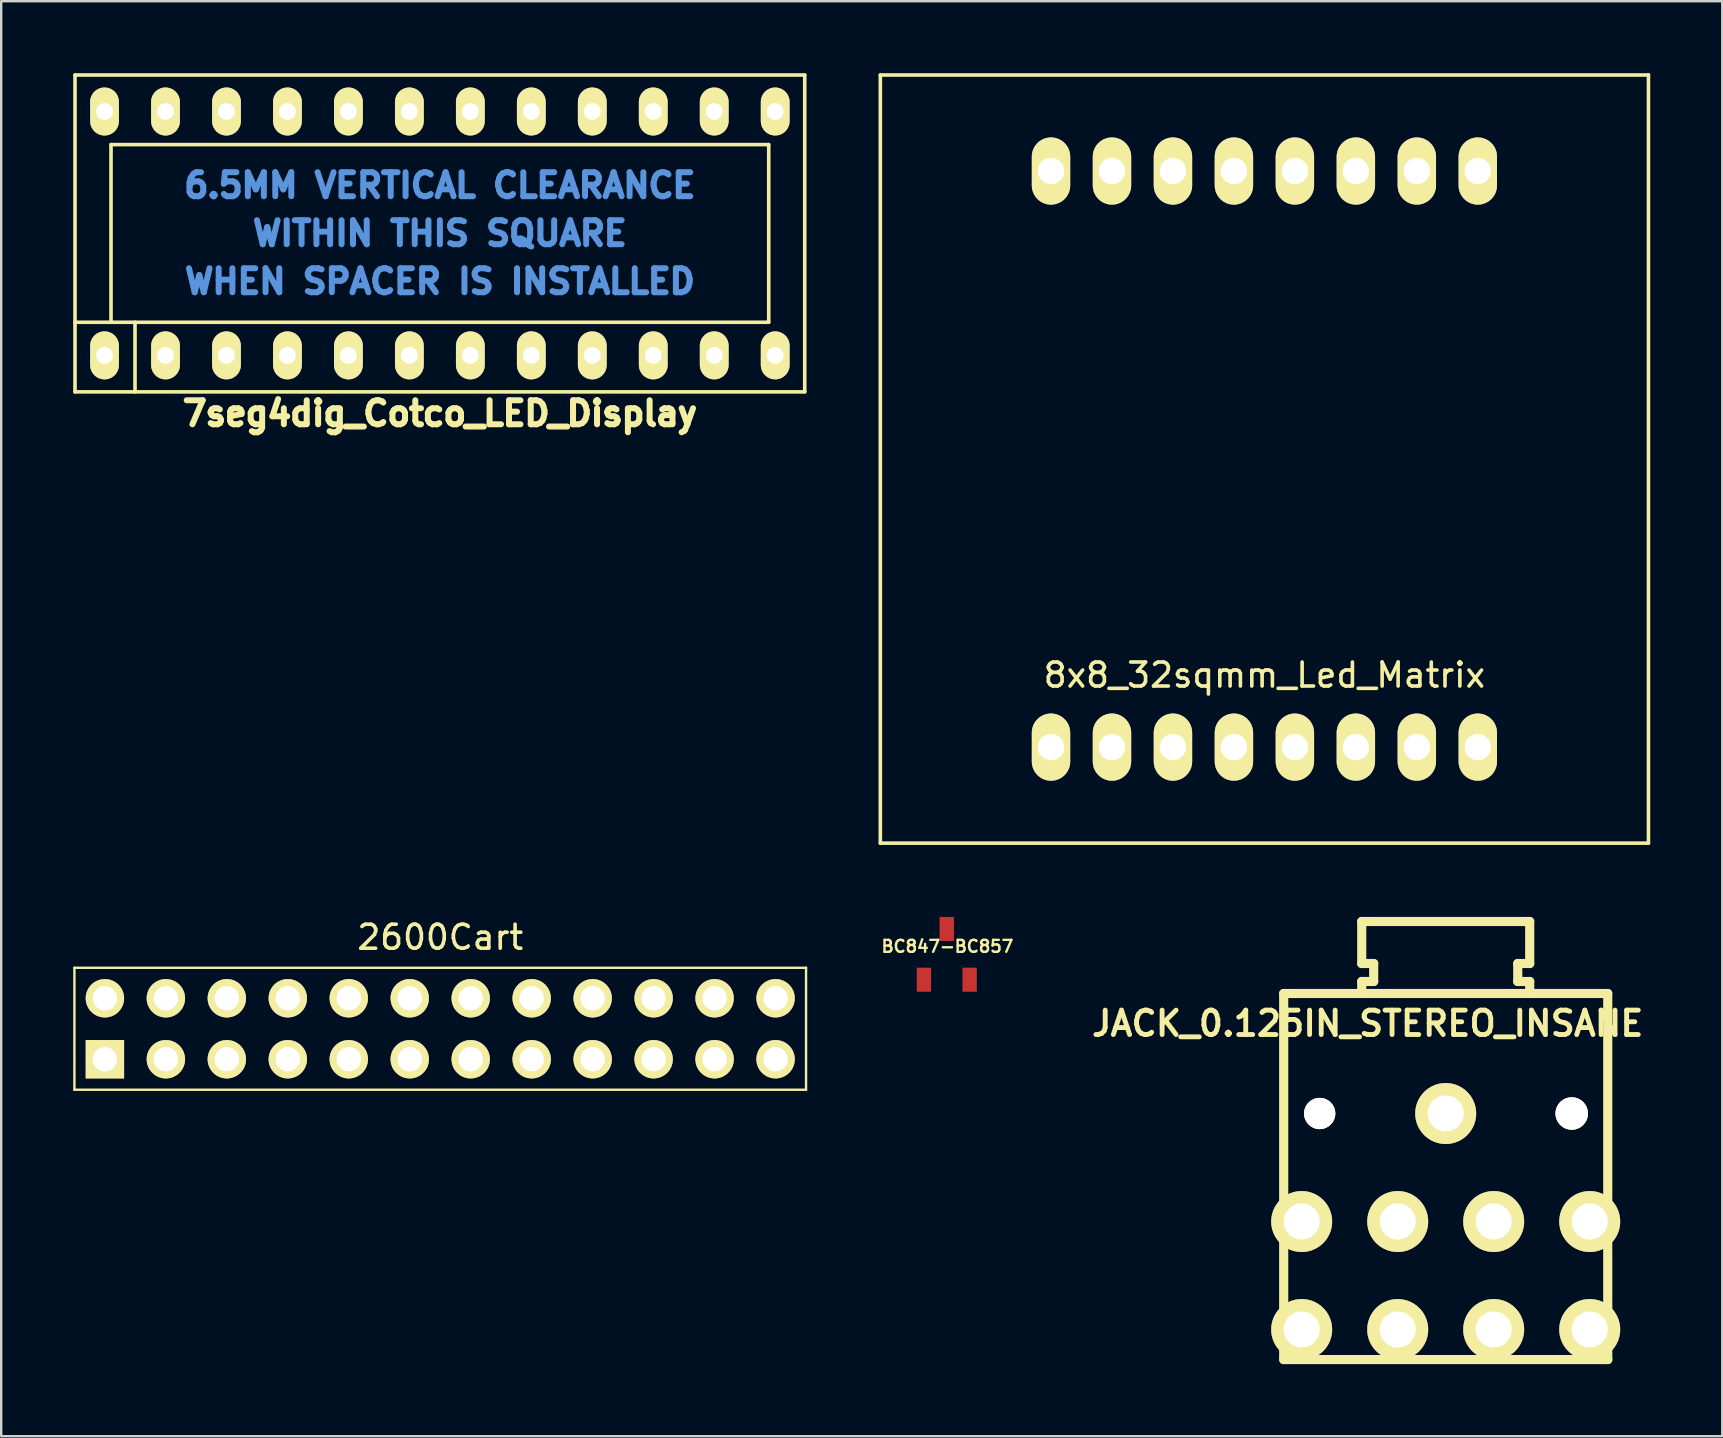
<source format=kicad_pcb>
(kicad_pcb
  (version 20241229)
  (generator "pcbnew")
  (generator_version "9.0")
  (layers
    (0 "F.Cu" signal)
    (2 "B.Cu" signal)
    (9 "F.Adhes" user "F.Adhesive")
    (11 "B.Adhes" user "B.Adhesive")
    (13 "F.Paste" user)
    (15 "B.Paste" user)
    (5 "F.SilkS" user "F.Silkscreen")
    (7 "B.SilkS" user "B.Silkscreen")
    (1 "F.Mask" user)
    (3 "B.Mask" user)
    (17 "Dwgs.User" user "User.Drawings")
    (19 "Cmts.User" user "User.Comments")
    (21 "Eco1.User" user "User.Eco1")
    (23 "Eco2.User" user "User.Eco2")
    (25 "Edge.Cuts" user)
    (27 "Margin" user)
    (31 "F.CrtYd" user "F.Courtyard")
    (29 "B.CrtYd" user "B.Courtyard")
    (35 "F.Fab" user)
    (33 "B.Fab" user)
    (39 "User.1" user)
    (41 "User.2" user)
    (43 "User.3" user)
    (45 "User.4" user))
  (footprint "8x8_32sqmm_Led_Matrix"
    (layer "F.Cu")
    (at 49.625 16.075)
    (property "Reference" "8x8_32sqmm_Led_Matrix" (at 0 9 0) (layer "F.SilkS") (effects (font (size 1 1) (thickness 0.15))))
    (attr through_hole)
    (fp_line (start -16 -16) (end -16 16) (stroke (width 0.15) (type solid)) (layer "F.SilkS"))
    (fp_line (start -16 16) (end 16 16) (stroke (width 0.15) (type solid)) (layer "F.SilkS"))
    (fp_line (start 16 -16) (end -16 -16) (stroke (width 0.15) (type solid)) (layer "F.SilkS"))
    (fp_line (start 16 16) (end 16 -16) (stroke (width 0.15) (type solid)) (layer "F.SilkS"))
    (pad "1" thru_hole oval (at -8.89 12) (size 1.6 2.8) (drill 1.1) (layers "*.Cu" "*.Mask" "F.SilkS"))
    (pad "2" thru_hole oval (at -6.35 12) (size 1.6 2.8) (drill 1.1) (layers "*.Cu" "*.Mask" "F.SilkS"))
    (pad "3" thru_hole oval (at -3.81 12) (size 1.6 2.8) (drill 1.1) (layers "*.Cu" "*.Mask" "F.SilkS"))
    (pad "4" thru_hole oval (at -1.27 12) (size 1.6 2.8) (drill 1.1) (layers "*.Cu" "*.Mask" "F.SilkS"))
    (pad "5" thru_hole oval (at 1.27 12) (size 1.6 2.8) (drill 1.1) (layers "*.Cu" "*.Mask" "F.SilkS"))
    (pad "6" thru_hole oval (at 3.81 12) (size 1.6 2.8) (drill 1.1) (layers "*.Cu" "*.Mask" "F.SilkS"))
    (pad "7" thru_hole oval (at 6.35 12) (size 1.6 2.8) (drill 1.1) (layers "*.Cu" "*.Mask" "F.SilkS"))
    (pad "8" thru_hole oval (at 8.89 12) (size 1.6 2.8) (drill 1.1) (layers "*.Cu" "*.Mask" "F.SilkS"))
    (pad "9" thru_hole oval (at 8.89 -12) (size 1.6 2.8) (drill 1.1) (layers "*.Cu" "*.Mask" "F.SilkS"))
    (pad "10" thru_hole oval (at 6.35 -12) (size 1.6 2.8) (drill 1.1) (layers "*.Cu" "*.Mask" "F.SilkS"))
    (pad "11" thru_hole oval (at 3.81 -12) (size 1.6 2.8) (drill 1.1) (layers "*.Cu" "*.Mask" "F.SilkS"))
    (pad "12" thru_hole oval (at 1.27 -12) (size 1.6 2.8) (drill 1.1) (layers "*.Cu" "*.Mask" "F.SilkS"))
    (pad "13" thru_hole oval (at -1.27 -12) (size 1.6 2.8) (drill 1.1) (layers "*.Cu" "*.Mask" "F.SilkS"))
    (pad "14" thru_hole oval (at -3.81 -12) (size 1.6 2.8) (drill 1.1) (layers "*.Cu" "*.Mask" "F.SilkS"))
    (pad "15" thru_hole oval (at -6.35 -12) (size 1.6 2.8) (drill 1.1) (layers "*.Cu" "*.Mask" "F.SilkS"))
    (pad "16" thru_hole oval (at -8.89 -12) (size 1.6 2.8) (drill 1.1) (layers "*.Cu" "*.Mask" "F.SilkS")))
  (footprint "BC847-BC857"
    (layer "F.Cu")
    (at 36.393 36.707)
    (property "Reference" "BC847-BC857" (at 0.025 -0.33 0) (layer "F.SilkS") (effects (font (size 0.5 0.5) (thickness 0.099))))
    (attr through_hole)
    (pad "1" smd rect (at 0 -1.057) (size 0.599 1.001) (layers "F.Cu" "F.Mask" "F.Paste"))
    (pad "2" smd rect (at -0.953 1.057) (size 0.599 1.001) (layers "F.Cu" "F.Mask" "F.Paste"))
    (pad "3" smd rect (at 0.953 1.057) (size 0.599 1.001) (layers "F.Cu" "F.Mask" "F.Paste")))
  (footprint "7seg4dig_Cotco_LED_Display"
    (layer "F.Cu")
    (at 15.275 6.675)
    (property "Reference" "7seg4dig_Cotco_LED_Display" (at 0 7.5 0) (layer "F.SilkS") (effects (font (size 1 1) (thickness 0.25))))
    (attr through_hole)
    (fp_line (start -15.2 -6.6) (end -15.2 6.6) (stroke (width 0.15) (type solid)) (layer "F.SilkS"))
    (fp_line (start -15.2 6.6) (end 15.2 6.6) (stroke (width 0.15) (type solid)) (layer "F.SilkS"))
    (fp_line (start -13.7 -3.7) (end -13.7 3.7) (stroke (width 0.15) (type solid)) (layer "F.SilkS"))
    (fp_line (start -13.7 3.7) (end -15.2 3.7) (stroke (width 0.15) (type solid)) (layer "F.SilkS"))
    (fp_line (start -13.7 3.7) (end 13.7 3.7) (stroke (width 0.15) (type solid)) (layer "F.SilkS"))
    (fp_line (start -12.7 3.7) (end -12.7 6.6) (stroke (width 0.15) (type solid)) (layer "F.SilkS"))
    (fp_line (start 13.7 -3.7) (end -13.7 -3.7) (stroke (width 0.15) (type solid)) (layer "F.SilkS"))
    (fp_line (start 13.7 3.7) (end 13.7 -3.7) (stroke (width 0.15) (type solid)) (layer "F.SilkS"))
    (fp_line (start 15.2 -6.6) (end -15.2 -6.6) (stroke (width 0.15) (type solid)) (layer "F.SilkS"))
    (fp_line (start 15.2 6.6) (end 15.2 -6.6) (stroke (width 0.15) (type solid)) (layer "F.SilkS"))
    (fp_text user "6.5MM VERTICAL CLEARANCE" (at 0 -2 0) (layer "Cmts.User") (effects (font (size 1 1) (thickness 0.25))))
    (fp_text user "WHEN SPACER IS INSTALLED" (at 0 2 0) (layer "Cmts.User") (effects (font (size 1 1) (thickness 0.25))))
    (fp_text user "WITHIN THIS SQUARE" (at 0 0 0) (layer "Cmts.User") (effects (font (size 1 1) (thickness 0.25))))
    (pad "1" thru_hole oval (at -13.97 5.08) (size 1.2 2) (drill 0.7) (layers "*.Cu" "*.Mask" "F.SilkS"))
    (pad "2" thru_hole oval (at -11.43 5.08) (size 1.2 2) (drill 0.7) (layers "*.Cu" "*.Mask" "F.SilkS"))
    (pad "3" thru_hole oval (at -8.89 5.08) (size 1.2 2) (drill 0.7) (layers "*.Cu" "*.Mask" "F.SilkS"))
    (pad "4" thru_hole oval (at -6.35 5.08) (size 1.2 2) (drill 0.7) (layers "*.Cu" "*.Mask" "F.SilkS"))
    (pad "5" thru_hole oval (at -3.81 5.08) (size 1.2 2) (drill 0.7) (layers "*.Cu" "*.Mask" "F.SilkS"))
    (pad "6" thru_hole oval (at -1.27 5.08) (size 1.2 2) (drill 0.7) (layers "*.Cu" "*.Mask" "F.SilkS"))
    (pad "7" thru_hole oval (at 1.27 5.08) (size 1.2 2) (drill 0.7) (layers "*.Cu" "*.Mask" "F.SilkS"))
    (pad "8" thru_hole oval (at 3.81 5.08) (size 1.2 2) (drill 0.7) (layers "*.Cu" "*.Mask" "F.SilkS"))
    (pad "9" thru_hole oval (at 6.35 5.08) (size 1.2 2) (drill 0.7) (layers "*.Cu" "*.Mask" "F.SilkS"))
    (pad "10" thru_hole oval (at 8.89 5.08) (size 1.2 2) (drill 0.7) (layers "*.Cu" "*.Mask" "F.SilkS"))
    (pad "11" thru_hole oval (at 11.43 5.08) (size 1.2 2) (drill 0.7) (layers "*.Cu" "*.Mask" "F.SilkS"))
    (pad "12" thru_hole oval (at 13.97 5.08) (size 1.2 2) (drill 0.7) (layers "*.Cu" "*.Mask" "F.SilkS"))
    (pad "13" thru_hole oval (at 13.97 -5.08) (size 1.2 2) (drill 0.7) (layers "*.Cu" "*.Mask" "F.SilkS"))
    (pad "14" thru_hole oval (at 11.43 -5.08) (size 1.2 2) (drill 0.7) (layers "*.Cu" "*.Mask" "F.SilkS"))
    (pad "15" thru_hole oval (at 8.89 -5.08) (size 1.2 2) (drill 0.7) (layers "*.Cu" "*.Mask" "F.SilkS"))
    (pad "16" thru_hole oval (at 6.35 -5.08) (size 1.2 2) (drill 0.7) (layers "*.Cu" "*.Mask" "F.SilkS"))
    (pad "17" thru_hole oval (at 3.81 -5.08) (size 1.2 2) (drill 0.7) (layers "*.Cu" "*.Mask" "F.SilkS"))
    (pad "18" thru_hole oval (at 1.27 -5.08) (size 1.2 2) (drill 0.7) (layers "*.Cu" "*.Mask" "F.SilkS"))
    (pad "19" thru_hole oval (at -1.27 -5.08) (size 1.2 2) (drill 0.7) (layers "*.Cu" "*.Mask" "F.SilkS"))
    (pad "20" thru_hole oval (at -3.81 -5.08) (size 1.2 2) (drill 0.7) (layers "*.Cu" "*.Mask" "F.SilkS"))
    (pad "21" thru_hole oval (at -6.35 -5.08) (size 1.2 2) (drill 0.7) (layers "*.Cu" "*.Mask" "F.SilkS"))
    (pad "22" thru_hole oval (at -8.89 -5.08) (size 1.2 2) (drill 0.7) (layers "*.Cu" "*.Mask" "F.SilkS"))
    (pad "23" thru_hole oval (at -11.43 -5.08) (size 1.2 2) (drill 0.7) (layers "*.Cu" "*.Mask" "F.SilkS"))
    (pad "24" thru_hole oval (at -13.97 -5.08) (size 1.2 2) (drill 0.7) (layers "*.Cu" "*.Mask" "F.SilkS")))
  (footprint "JACK_0.125IN_STEREO_INSANE"
    (layer "F.Cu")
    (at 57.178 45.589)
    (property "Reference" "JACK_0.125IN_STEREO_INSANE" (at -3.251 -6 0) (layer "F.SilkS") (effects (font (size 1.016 1.016) (thickness 0.203))))
    (attr through_hole)
    (fp_line (start -6.749 -7.249) (end -6.749 8.001) (stroke (width 0.381) (type solid)) (layer "F.SilkS"))
    (fp_line (start -6.746 8.001) (end 6.754 8.001) (stroke (width 0.381) (type solid)) (layer "F.SilkS"))
    (fp_line (start -3.498 -10.249) (end -3.498 -8.499) (stroke (width 0.381) (type solid)) (layer "F.SilkS"))
    (fp_line (start -3.498 -10.249) (end 3.5 -10.249) (stroke (width 0.381) (type solid)) (layer "F.SilkS"))
    (fp_line (start -3.498 -8.499) (end -3 -8.499) (stroke (width 0.381) (type solid)) (layer "F.SilkS"))
    (fp_line (start -3.498 -7.75) (end -3.498 -7.249) (stroke (width 0.381) (type solid)) (layer "F.SilkS"))
    (fp_line (start -3 -8.499) (end -3 -7.75) (stroke (width 0.381) (type solid)) (layer "F.SilkS"))
    (fp_line (start -3 -7.75) (end -3.498 -7.75) (stroke (width 0.381) (type solid)) (layer "F.SilkS"))
    (fp_line (start 3.002 -8.499) (end 3.002 -7.75) (stroke (width 0.381) (type solid)) (layer "F.SilkS"))
    (fp_line (start 3.002 -7.75) (end 3.5 -7.75) (stroke (width 0.381) (type solid)) (layer "F.SilkS"))
    (fp_line (start 3.5 -10.249) (end 3.5 -8.499) (stroke (width 0.381) (type solid)) (layer "F.SilkS"))
    (fp_line (start 3.5 -8.499) (end 3.002 -8.499) (stroke (width 0.381) (type solid)) (layer "F.SilkS"))
    (fp_line (start 3.5 -7.75) (end 3.5 -7.249) (stroke (width 0.381) (type solid)) (layer "F.SilkS"))
    (fp_line (start 6.751 -7.249) (end -6.749 -7.249) (stroke (width 0.381) (type solid)) (layer "F.SilkS"))
    (fp_line (start 6.751 8.001) (end 6.751 -7.249) (stroke (width 0.381) (type solid)) (layer "F.SilkS"))
    (pad "" thru_hole circle (at -5.25 -2.25) (size 1.3 1.3) (drill 1.3) (layers "*.Cu" "*.Mask" "F.SilkS"))
    (pad "" thru_hole circle (at 5.25 -2.25) (size 1.349 1.349) (drill 1.349) (layers "*.Cu" "*.Mask" "F.SilkS"))
    (pad "C1" thru_hole circle (at 6 2.25) (size 2.54 2.54) (drill 1.501) (layers "*.Cu" "*.Mask" "F.SilkS"))
    (pad "C2" thru_hole circle (at -6 2.25) (size 2.54 2.54) (drill 1.501) (layers "*.Cu" "*.Mask" "F.SilkS"))
    (pad "NC1" thru_hole circle (at 1.999 2.25) (size 2.54 2.54) (drill 1.501) (layers "*.Cu" "*.Mask" "F.SilkS"))
    (pad "NC2" thru_hole circle (at -1.999 2.25) (size 2.54 2.54) (drill 1.501) (layers "*.Cu" "*.Mask" "F.SilkS"))
    (pad "NO1" thru_hole circle (at 6 6.749) (size 2.54 2.54) (drill 1.501) (layers "*.Cu" "*.Mask" "F.SilkS"))
    (pad "NO2" thru_hole circle (at -6 6.749) (size 2.54 2.54) (drill 1.501) (layers "*.Cu" "*.Mask" "F.SilkS"))
    (pad "R" thru_hole circle (at 1.999 6.749) (size 2.54 2.54) (drill 1.501) (layers "*.Cu" "*.Mask" "F.SilkS"))
    (pad "S" thru_hole circle (at 0 -2.25) (size 2.54 2.54) (drill 1.501) (layers "*.Cu" "*.Mask" "F.SilkS"))
    (pad "T" thru_hole circle (at -1.999 6.751) (size 2.54 2.54) (drill 1.501) (layers "*.Cu" "*.Mask" "F.SilkS")))
  (footprint "2600Cart"
    (layer "F.Cu")
    (at 15.29 39.808)
    (property "Reference" "2600Cart" (at 0 -3.81 0) (layer "F.SilkS") (effects (font (size 1 1) (thickness 0.15))))
    (attr through_hole)
    (fp_line (start -15.24 -2.54) (end -15.24 2.54) (stroke (width 0.1) (type solid)) (layer "F.SilkS"))
    (fp_line (start -15.24 2.54) (end 15.24 2.54) (stroke (width 0.1) (type solid)) (layer "F.SilkS"))
    (fp_line (start 15.24 -2.54) (end -15.24 -2.54) (stroke (width 0.1) (type solid)) (layer "F.SilkS"))
    (fp_line (start 15.24 2.54) (end 15.24 -2.54) (stroke (width 0.1) (type solid)) (layer "F.SilkS"))
    (pad "1" thru_hole rect (at -13.97 1.27) (size 1.6 1.6) (drill 1.016) (layers "*.Cu" "*.Mask" "F.SilkS"))
    (pad "2" thru_hole circle (at -11.43 1.27) (size 1.6 1.6) (drill 1.016) (layers "*.Cu" "*.Mask" "F.SilkS"))
    (pad "3" thru_hole circle (at -8.89 1.27) (size 1.6 1.6) (drill 1.016) (layers "*.Cu" "*.Mask" "F.SilkS"))
    (pad "4" thru_hole circle (at -6.35 1.27) (size 1.6 1.6) (drill 1.016) (layers "*.Cu" "*.Mask" "F.SilkS"))
    (pad "5" thru_hole circle (at -3.81 1.27) (size 1.6 1.6) (drill 1.016) (layers "*.Cu" "*.Mask" "F.SilkS"))
    (pad "6" thru_hole circle (at -1.27 1.27) (size 1.6 1.6) (drill 1.016) (layers "*.Cu" "*.Mask" "F.SilkS"))
    (pad "7" thru_hole circle (at 1.27 1.27) (size 1.6 1.6) (drill 1.016) (layers "*.Cu" "*.Mask" "F.SilkS"))
    (pad "8" thru_hole circle (at 3.81 1.27) (size 1.6 1.6) (drill 1.016) (layers "*.Cu" "*.Mask" "F.SilkS"))
    (pad "9" thru_hole circle (at 6.35 1.27) (size 1.6 1.6) (drill 1.016) (layers "*.Cu" "*.Mask" "F.SilkS"))
    (pad "10" thru_hole circle (at 8.89 1.27) (size 1.6 1.6) (drill 1.016) (layers "*.Cu" "*.Mask" "F.SilkS"))
    (pad "11" thru_hole circle (at 11.43 1.27) (size 1.6 1.6) (drill 1.016) (layers "*.Cu" "*.Mask" "F.SilkS"))
    (pad "12" thru_hole circle (at 13.97 1.27) (size 1.6 1.6) (drill 1.016) (layers "*.Cu" "*.Mask" "F.SilkS"))
    (pad "13" thru_hole circle (at 13.97 -1.27) (size 1.6 1.6) (drill 1.016) (layers "*.Cu" "*.Mask" "F.SilkS"))
    (pad "14" thru_hole circle (at 11.43 -1.27) (size 1.6 1.6) (drill 1.016) (layers "*.Cu" "*.Mask" "F.SilkS"))
    (pad "15" thru_hole circle (at 8.89 -1.27) (size 1.6 1.6) (drill 1.016) (layers "*.Cu" "*.Mask" "F.SilkS"))
    (pad "16" thru_hole circle (at 6.35 -1.27) (size 1.6 1.6) (drill 1.016) (layers "*.Cu" "*.Mask" "F.SilkS"))
    (pad "17" thru_hole circle (at 3.81 -1.27) (size 1.6 1.6) (drill 1.016) (layers "*.Cu" "*.Mask" "F.SilkS"))
    (pad "18" thru_hole circle (at 1.27 -1.27) (size 1.6 1.6) (drill 1.016) (layers "*.Cu" "*.Mask" "F.SilkS"))
    (pad "19" thru_hole circle (at -1.27 -1.27) (size 1.6 1.6) (drill 1.016) (layers "*.Cu" "*.Mask" "F.SilkS"))
    (pad "20" thru_hole circle (at -3.81 -1.27) (size 1.6 1.6) (drill 1.016) (layers "*.Cu" "*.Mask" "F.SilkS"))
    (pad "21" thru_hole circle (at -6.35 -1.27) (size 1.6 1.6) (drill 1.016) (layers "*.Cu" "*.Mask" "F.SilkS"))
    (pad "22" thru_hole circle (at -8.89 -1.27) (size 1.6 1.6) (drill 1.016) (layers "*.Cu" "*.Mask" "F.SilkS"))
    (pad "23" thru_hole circle (at -11.43 -1.27) (size 1.6 1.6) (drill 1.016) (layers "*.Cu" "*.Mask" "F.SilkS"))
    (pad "24" thru_hole circle (at -13.97 -1.27) (size 1.6 1.6) (drill 1.016) (layers "*.Cu" "*.Mask" "F.SilkS")))
  (gr_rect
    (start -3 -3)
    (end 68.7 56.781)
    (stroke (width 0.1) (type default))
    (fill no)
    (layer "Edge.Cuts")))
</source>
